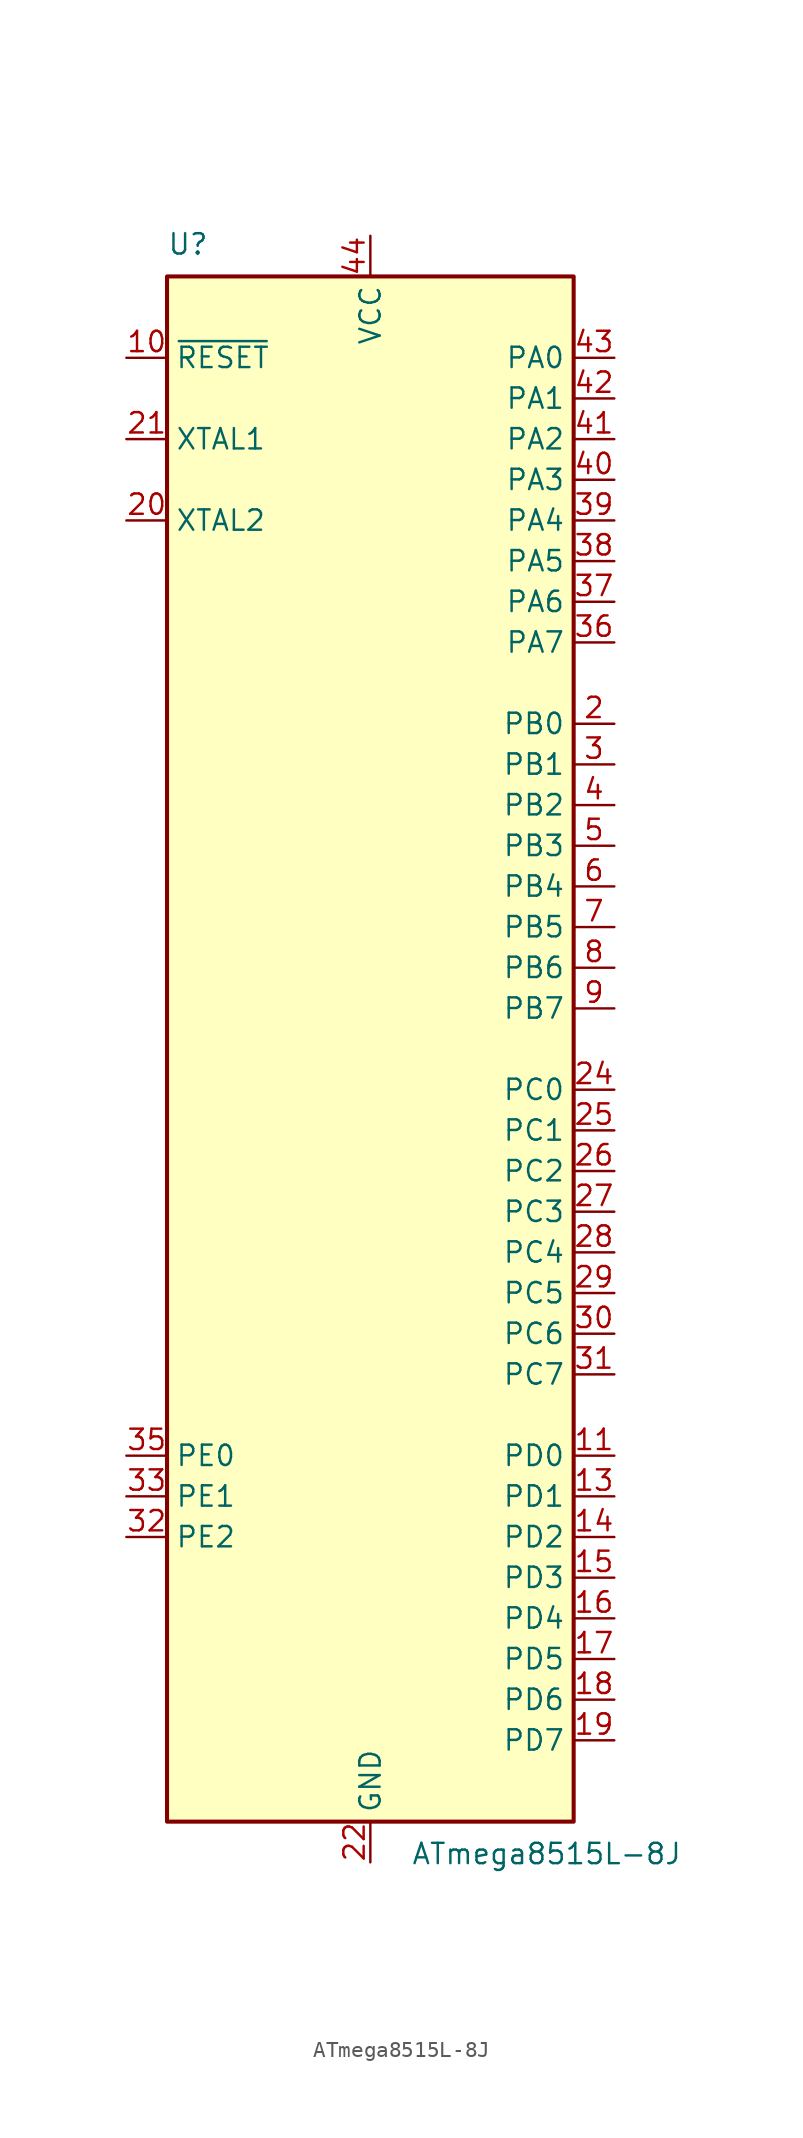
<source format=kicad_sym>
(kicad_symbol_lib
  (version 20231120)
  (generator "kicad_symbol_editor")
  (generator_version "8.0")
  (symbol "ATmega8515L-8J"
    (property "Reference" "U"
      (at -12.7 49.53 0)
      (effects (font (size 1.27 1.27)) (justify left bottom)))
    (property "Value" "ATmega8515L-8J"
      (at 2.54 -49.53 0)
      (effects (font (size 1.27 1.27)) (justify left top)))
    (symbol "ATmega8515L-8J_0_1"
      (rectangle (start -12.7 -48.26) (end 12.7 48.26) (stroke (width 0.254) (type default)) (fill (type background))))
    (symbol "ATmega8515L-8J_1_1"
      (pin no_connect line (at -12.7 -38.1 0) (length 2.54) hide (name "NC" (effects (font (size 1.27 1.27)))) (number "1" (effects (font (size 1.27 1.27)))))
      (pin input line (at -15.24 43.18 0) (length 2.54) (name "~{RESET}" (effects (font (size 1.27 1.27)))) (number "10" (effects (font (size 1.27 1.27)))))
      (pin bidirectional line (at 15.24 -25.4 180) (length 2.54) (name "PD0" (effects (font (size 1.27 1.27)))) (number "11" (effects (font (size 1.27 1.27)))))
      (pin no_connect line (at -12.7 -40.64 0) (length 2.54) hide (name "NC" (effects (font (size 1.27 1.27)))) (number "12" (effects (font (size 1.27 1.27)))))
      (pin bidirectional line (at 15.24 -27.94 180) (length 2.54) (name "PD1" (effects (font (size 1.27 1.27)))) (number "13" (effects (font (size 1.27 1.27)))))
      (pin bidirectional line (at 15.24 -30.48 180) (length 2.54) (name "PD2" (effects (font (size 1.27 1.27)))) (number "14" (effects (font (size 1.27 1.27)))))
      (pin bidirectional line (at 15.24 -33.02 180) (length 2.54) (name "PD3" (effects (font (size 1.27 1.27)))) (number "15" (effects (font (size 1.27 1.27)))))
      (pin bidirectional line (at 15.24 -35.56 180) (length 2.54) (name "PD4" (effects (font (size 1.27 1.27)))) (number "16" (effects (font (size 1.27 1.27)))))
      (pin bidirectional line (at 15.24 -38.1 180) (length 2.54) (name "PD5" (effects (font (size 1.27 1.27)))) (number "17" (effects (font (size 1.27 1.27)))))
      (pin bidirectional line (at 15.24 -40.64 180) (length 2.54) (name "PD6" (effects (font (size 1.27 1.27)))) (number "18" (effects (font (size 1.27 1.27)))))
      (pin bidirectional line (at 15.24 -43.18 180) (length 2.54) (name "PD7" (effects (font (size 1.27 1.27)))) (number "19" (effects (font (size 1.27 1.27)))))
      (pin bidirectional line (at 15.24 20.32 180) (length 2.54) (name "PB0" (effects (font (size 1.27 1.27)))) (number "2" (effects (font (size 1.27 1.27)))))
      (pin output line (at -15.24 33.02 0) (length 2.54) (name "XTAL2" (effects (font (size 1.27 1.27)))) (number "20" (effects (font (size 1.27 1.27)))))
      (pin input line (at -15.24 38.1 0) (length 2.54) (name "XTAL1" (effects (font (size 1.27 1.27)))) (number "21" (effects (font (size 1.27 1.27)))))
      (pin power_in line (at 0 -50.8 90) (length 2.54) (name "GND" (effects (font (size 1.27 1.27)))) (number "22" (effects (font (size 1.27 1.27)))))
      (pin no_connect line (at -12.7 -43.18 0) (length 2.54) hide (name "NC" (effects (font (size 1.27 1.27)))) (number "23" (effects (font (size 1.27 1.27)))))
      (pin bidirectional line (at 15.24 -2.54 180) (length 2.54) (name "PC0" (effects (font (size 1.27 1.27)))) (number "24" (effects (font (size 1.27 1.27)))))
      (pin bidirectional line (at 15.24 -5.08 180) (length 2.54) (name "PC1" (effects (font (size 1.27 1.27)))) (number "25" (effects (font (size 1.27 1.27)))))
      (pin bidirectional line (at 15.24 -7.62 180) (length 2.54) (name "PC2" (effects (font (size 1.27 1.27)))) (number "26" (effects (font (size 1.27 1.27)))))
      (pin bidirectional line (at 15.24 -10.16 180) (length 2.54) (name "PC3" (effects (font (size 1.27 1.27)))) (number "27" (effects (font (size 1.27 1.27)))))
      (pin bidirectional line (at 15.24 -12.7 180) (length 2.54) (name "PC4" (effects (font (size 1.27 1.27)))) (number "28" (effects (font (size 1.27 1.27)))))
      (pin bidirectional line (at 15.24 -15.24 180) (length 2.54) (name "PC5" (effects (font (size 1.27 1.27)))) (number "29" (effects (font (size 1.27 1.27)))))
      (pin bidirectional line (at 15.24 17.78 180) (length 2.54) (name "PB1" (effects (font (size 1.27 1.27)))) (number "3" (effects (font (size 1.27 1.27)))))
      (pin bidirectional line (at 15.24 -17.78 180) (length 2.54) (name "PC6" (effects (font (size 1.27 1.27)))) (number "30" (effects (font (size 1.27 1.27)))))
      (pin bidirectional line (at 15.24 -20.32 180) (length 2.54) (name "PC7" (effects (font (size 1.27 1.27)))) (number "31" (effects (font (size 1.27 1.27)))))
      (pin bidirectional line (at -15.24 -30.48 0) (length 2.54) (name "PE2" (effects (font (size 1.27 1.27)))) (number "32" (effects (font (size 1.27 1.27)))))
      (pin bidirectional line (at -15.24 -27.94 0) (length 2.54) (name "PE1" (effects (font (size 1.27 1.27)))) (number "33" (effects (font (size 1.27 1.27)))))
      (pin no_connect line (at -12.7 -45.72 0) (length 2.54) hide (name "NC" (effects (font (size 1.27 1.27)))) (number "34" (effects (font (size 1.27 1.27)))))
      (pin bidirectional line (at -15.24 -25.4 0) (length 2.54) (name "PE0" (effects (font (size 1.27 1.27)))) (number "35" (effects (font (size 1.27 1.27)))))
      (pin bidirectional line (at 15.24 25.4 180) (length 2.54) (name "PA7" (effects (font (size 1.27 1.27)))) (number "36" (effects (font (size 1.27 1.27)))))
      (pin bidirectional line (at 15.24 27.94 180) (length 2.54) (name "PA6" (effects (font (size 1.27 1.27)))) (number "37" (effects (font (size 1.27 1.27)))))
      (pin bidirectional line (at 15.24 30.48 180) (length 2.54) (name "PA5" (effects (font (size 1.27 1.27)))) (number "38" (effects (font (size 1.27 1.27)))))
      (pin bidirectional line (at 15.24 33.02 180) (length 2.54) (name "PA4" (effects (font (size 1.27 1.27)))) (number "39" (effects (font (size 1.27 1.27)))))
      (pin bidirectional line (at 15.24 15.24 180) (length 2.54) (name "PB2" (effects (font (size 1.27 1.27)))) (number "4" (effects (font (size 1.27 1.27)))))
      (pin bidirectional line (at 15.24 35.56 180) (length 2.54) (name "PA3" (effects (font (size 1.27 1.27)))) (number "40" (effects (font (size 1.27 1.27)))))
      (pin bidirectional line (at 15.24 38.1 180) (length 2.54) (name "PA2" (effects (font (size 1.27 1.27)))) (number "41" (effects (font (size 1.27 1.27)))))
      (pin bidirectional line (at 15.24 40.64 180) (length 2.54) (name "PA1" (effects (font (size 1.27 1.27)))) (number "42" (effects (font (size 1.27 1.27)))))
      (pin bidirectional line (at 15.24 43.18 180) (length 2.54) (name "PA0" (effects (font (size 1.27 1.27)))) (number "43" (effects (font (size 1.27 1.27)))))
      (pin power_in line (at 0 50.8 270) (length 2.54) (name "VCC" (effects (font (size 1.27 1.27)))) (number "44" (effects (font (size 1.27 1.27)))))
      (pin bidirectional line (at 15.24 12.7 180) (length 2.54) (name "PB3" (effects (font (size 1.27 1.27)))) (number "5" (effects (font (size 1.27 1.27)))))
      (pin bidirectional line (at 15.24 10.16 180) (length 2.54) (name "PB4" (effects (font (size 1.27 1.27)))) (number "6" (effects (font (size 1.27 1.27)))))
      (pin bidirectional line (at 15.24 7.62 180) (length 2.54) (name "PB5" (effects (font (size 1.27 1.27)))) (number "7" (effects (font (size 1.27 1.27)))))
      (pin bidirectional line (at 15.24 5.08 180) (length 2.54) (name "PB6" (effects (font (size 1.27 1.27)))) (number "8" (effects (font (size 1.27 1.27)))))
      (pin bidirectional line (at 15.24 2.54 180) (length 2.54) (name "PB7" (effects (font (size 1.27 1.27)))) (number "9" (effects (font (size 1.27 1.27))))))))
</source>
